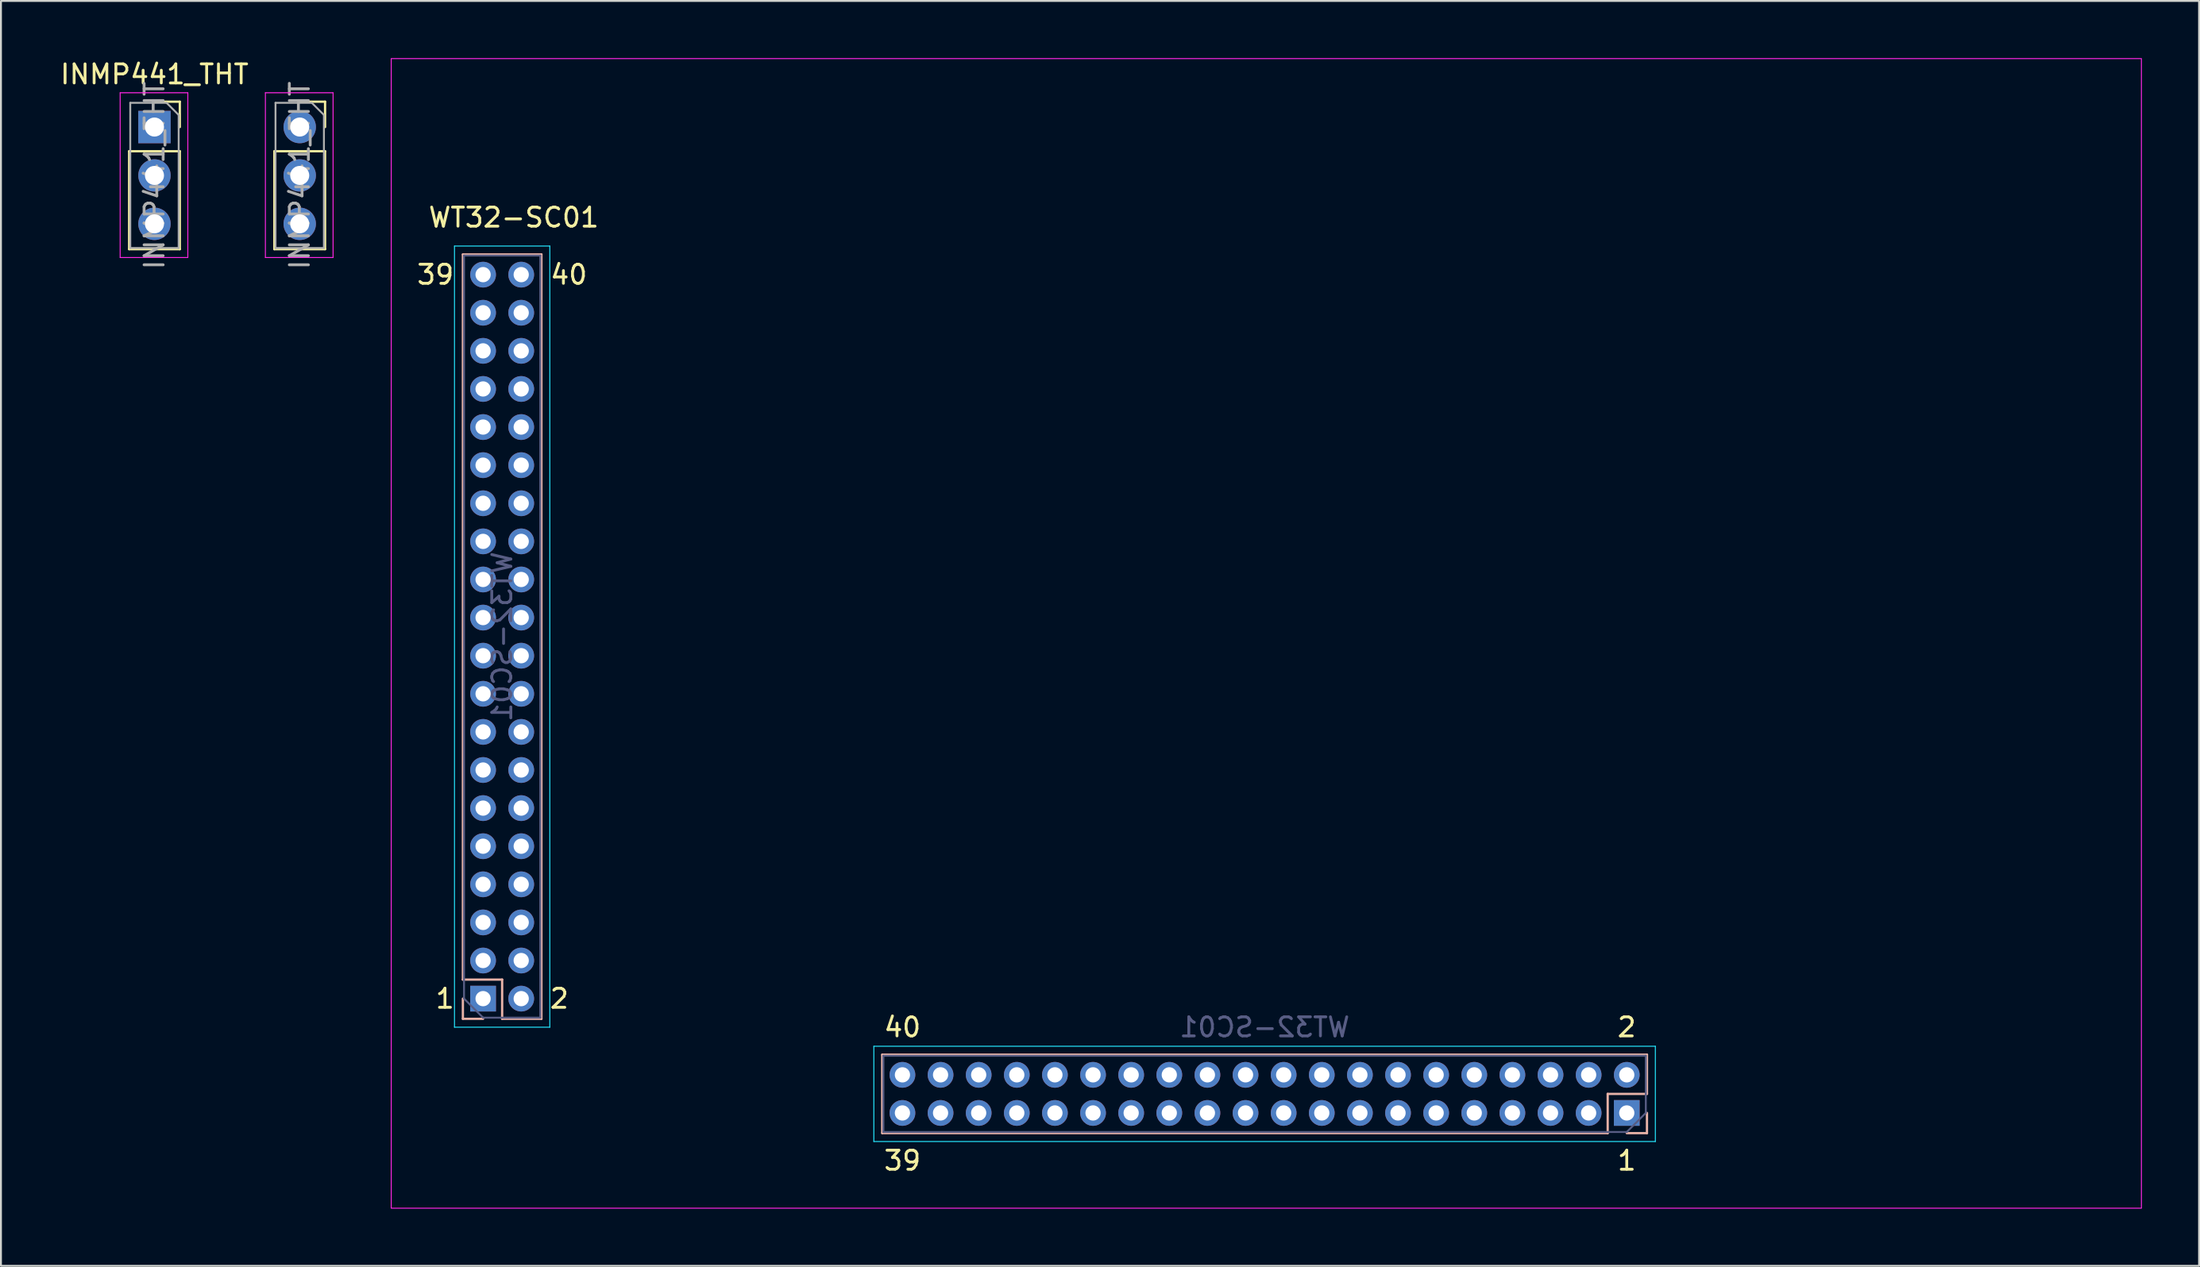
<source format=kicad_pcb>
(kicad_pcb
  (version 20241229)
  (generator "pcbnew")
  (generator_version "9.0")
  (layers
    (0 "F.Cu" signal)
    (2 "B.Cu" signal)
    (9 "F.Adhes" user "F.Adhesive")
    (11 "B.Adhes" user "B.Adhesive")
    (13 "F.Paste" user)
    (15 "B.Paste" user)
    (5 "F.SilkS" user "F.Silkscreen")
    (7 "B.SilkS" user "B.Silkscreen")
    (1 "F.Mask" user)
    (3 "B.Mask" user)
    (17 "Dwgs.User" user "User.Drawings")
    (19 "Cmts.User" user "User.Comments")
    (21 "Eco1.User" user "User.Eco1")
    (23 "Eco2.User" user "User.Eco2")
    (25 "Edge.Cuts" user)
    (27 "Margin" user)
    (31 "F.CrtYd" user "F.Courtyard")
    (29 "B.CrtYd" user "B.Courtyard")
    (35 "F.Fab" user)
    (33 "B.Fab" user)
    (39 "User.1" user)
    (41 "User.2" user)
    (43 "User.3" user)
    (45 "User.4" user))
  (footprint "INMP441_THT"
    (layer "F.Cu")
    (at 5.054 3.618)
    (property "Reference" "INMP441_THT" (at 0 -2.77 0) (layer "F.SilkS") (effects (font (size 1 1) (thickness 0.15))))
    (attr through_hole)
    (fp_line (start -1.33 1.27) (end -1.33 6.41) (stroke (width 0.12) (type solid)) (layer "F.SilkS"))
    (fp_line (start -1.33 1.27) (end 1.33 1.27) (stroke (width 0.12) (type solid)) (layer "F.SilkS"))
    (fp_line (start -1.33 6.41) (end 1.33 6.41) (stroke (width 0.12) (type solid)) (layer "F.SilkS"))
    (fp_line (start 0 -1.33) (end 1.33 -1.33) (stroke (width 0.12) (type solid)) (layer "F.SilkS"))
    (fp_line (start 1.33 -1.33) (end 1.33 0) (stroke (width 0.12) (type solid)) (layer "F.SilkS"))
    (fp_line (start 1.33 1.27) (end 1.33 6.41) (stroke (width 0.12) (type solid)) (layer "F.SilkS"))
    (fp_line (start 6.29 1.27) (end 6.29 6.41) (stroke (width 0.12) (type solid)) (layer "F.SilkS"))
    (fp_line (start 6.29 1.27) (end 8.95 1.27) (stroke (width 0.12) (type solid)) (layer "F.SilkS"))
    (fp_line (start 6.29 6.41) (end 8.95 6.41) (stroke (width 0.12) (type solid)) (layer "F.SilkS"))
    (fp_line (start 7.62 -1.33) (end 8.95 -1.33) (stroke (width 0.12) (type solid)) (layer "F.SilkS"))
    (fp_line (start 8.95 -1.33) (end 8.95 0) (stroke (width 0.12) (type solid)) (layer "F.SilkS"))
    (fp_line (start 8.95 1.27) (end 8.95 6.41) (stroke (width 0.12) (type solid)) (layer "F.SilkS"))
    (fp_line (start -1.8 -1.8) (end 1.75 -1.8) (stroke (width 0.05) (type solid)) (layer "F.CrtYd"))
    (fp_line (start -1.8 6.85) (end -1.8 -1.8) (stroke (width 0.05) (type solid)) (layer "F.CrtYd"))
    (fp_line (start 1.75 -1.8) (end 1.75 6.85) (stroke (width 0.05) (type solid)) (layer "F.CrtYd"))
    (fp_line (start 1.75 6.85) (end -1.8 6.85) (stroke (width 0.05) (type solid)) (layer "F.CrtYd"))
    (fp_line (start 5.82 -1.8) (end 9.37 -1.8) (stroke (width 0.05) (type solid)) (layer "F.CrtYd"))
    (fp_line (start 5.82 6.85) (end 5.82 -1.8) (stroke (width 0.05) (type solid)) (layer "F.CrtYd"))
    (fp_line (start 9.37 -1.8) (end 9.37 6.85) (stroke (width 0.05) (type solid)) (layer "F.CrtYd"))
    (fp_line (start 9.37 6.85) (end 5.82 6.85) (stroke (width 0.05) (type solid)) (layer "F.CrtYd"))
    (fp_line (start -1.27 -1.27) (end 0.635 -1.27) (stroke (width 0.1) (type solid)) (layer "F.Fab"))
    (fp_line (start -1.27 6.35) (end -1.27 -1.27) (stroke (width 0.1) (type solid)) (layer "F.Fab"))
    (fp_line (start 0.635 -1.27) (end 1.27 -0.635) (stroke (width 0.1) (type solid)) (layer "F.Fab"))
    (fp_line (start 1.27 -0.635) (end 1.27 6.35) (stroke (width 0.1) (type solid)) (layer "F.Fab"))
    (fp_line (start 1.27 6.35) (end -1.27 6.35) (stroke (width 0.1) (type solid)) (layer "F.Fab"))
    (fp_line (start 6.35 -1.27) (end 8.255 -1.27) (stroke (width 0.1) (type solid)) (layer "F.Fab"))
    (fp_line (start 6.35 6.35) (end 6.35 -1.27) (stroke (width 0.1) (type solid)) (layer "F.Fab"))
    (fp_line (start 8.255 -1.27) (end 8.89 -0.635) (stroke (width 0.1) (type solid)) (layer "F.Fab"))
    (fp_line (start 8.89 -0.635) (end 8.89 6.35) (stroke (width 0.1) (type solid)) (layer "F.Fab"))
    (fp_line (start 8.89 6.35) (end 6.35 6.35) (stroke (width 0.1) (type solid)) (layer "F.Fab"))
    (fp_text user "${REFERENCE}" (at 0 2.54 90) (layer "F.Fab") (effects (font (size 1 1) (thickness 0.15))))
    (fp_text user "${REFERENCE}" (at 7.62 2.54 90) (layer "F.Fab") (effects (font (size 1 1) (thickness 0.15))))
    (pad "1" thru_hole rect (at 0 0) (size 1.7 1.7) (drill 1) (layers "*.Cu" "*.Mask"))
    (pad "2" thru_hole oval (at 0 2.54) (size 1.7 1.7) (drill 1) (layers "*.Cu" "*.Mask"))
    (pad "3" thru_hole oval (at 0 5.08) (size 1.7 1.7) (drill 1) (layers "*.Cu" "*.Mask"))
    (pad "4" thru_hole circle (at 7.62 0) (size 1.7 1.7) (drill 1) (layers "*.Cu" "*.Mask"))
    (pad "5" thru_hole oval (at 7.62 2.54) (size 1.7 1.7) (drill 1) (layers "*.Cu" "*.Mask"))
    (pad "6" thru_hole oval (at 7.62 5.08) (size 1.7 1.7) (drill 1) (layers "*.Cu" "*.Mask")))
  (footprint "WT32-SC01"
    (layer "F.Cu")
    (at 22.294 11.365)
    (property "Reference" "WT32-SC01" (at 1.61 -3 0) (unlocked yes) (layer "F.SilkS") (effects (font (size 1 1) (thickness 0.15))))
    (attr through_hole)
    (fp_line (start -1.06 -1.06) (end 3.06 -1.06) (stroke (width 0.12) (type solid)) (layer "B.SilkS"))
    (fp_line (start -1.06 37) (end -1.06 -1.06) (stroke (width 0.12) (type solid)) (layer "B.SilkS"))
    (fp_line (start -1.06 37) (end 1 37) (stroke (width 0.12) (type solid)) (layer "B.SilkS"))
    (fp_line (start -1.06 38) (end -1.06 39.06) (stroke (width 0.12) (type solid)) (layer "B.SilkS"))
    (fp_line (start -1.06 39.06) (end 0 39.06) (stroke (width 0.12) (type solid)) (layer "B.SilkS"))
    (fp_line (start 1 37) (end 1 39.06) (stroke (width 0.12) (type solid)) (layer "B.SilkS"))
    (fp_line (start 1 39.06) (end 3.06 39.06) (stroke (width 0.12) (type solid)) (layer "B.SilkS"))
    (fp_line (start 3.06 39.06) (end 3.06 -1.06) (stroke (width 0.12) (type solid)) (layer "B.SilkS"))
    (fp_line (start 20.94 45.06) (end 20.94 40.94) (stroke (width 0.12) (type solid)) (layer "B.SilkS"))
    (fp_line (start 59 43) (end 61.06 43) (stroke (width 0.12) (type solid)) (layer "B.SilkS"))
    (fp_line (start 59 45.06) (end 20.94 45.06) (stroke (width 0.12) (type solid)) (layer "B.SilkS"))
    (fp_line (start 59 45.06) (end 59 43) (stroke (width 0.12) (type solid)) (layer "B.SilkS"))
    (fp_line (start 60 45.06) (end 61.06 45.06) (stroke (width 0.12) (type solid)) (layer "B.SilkS"))
    (fp_line (start 61.06 40.94) (end 20.94 40.94) (stroke (width 0.12) (type solid)) (layer "B.SilkS"))
    (fp_line (start 61.06 43) (end 61.06 40.94) (stroke (width 0.12) (type solid)) (layer "B.SilkS"))
    (fp_line (start 61.06 45.06) (end 61.06 44) (stroke (width 0.12) (type solid)) (layer "B.SilkS"))
    (fp_line (start -1.5 -1.5) (end 3.5 -1.5) (stroke (width 0.05) (type solid)) (layer "B.CrtYd"))
    (fp_line (start -1.5 39.5) (end -1.5 -1.5) (stroke (width 0.05) (type solid)) (layer "B.CrtYd"))
    (fp_line (start 3.5 -1.5) (end 3.5 39.5) (stroke (width 0.05) (type solid)) (layer "B.CrtYd"))
    (fp_line (start 3.5 39.5) (end -1.5 39.5) (stroke (width 0.05) (type solid)) (layer "B.CrtYd"))
    (fp_line (start 20.5 40.5) (end 61.5 40.5) (stroke (width 0.05) (type solid)) (layer "B.CrtYd"))
    (fp_line (start 20.5 45.5) (end 20.5 40.5) (stroke (width 0.05) (type solid)) (layer "B.CrtYd"))
    (fp_line (start 61.5 40.5) (end 61.5 45.5) (stroke (width 0.05) (type solid)) (layer "B.CrtYd"))
    (fp_line (start 61.5 45.5) (end 20.5 45.5) (stroke (width 0.05) (type solid)) (layer "B.CrtYd"))
    (fp_rect (start -4.82 -11.34) (end 87 49) (stroke (width 0.05) (type solid)) (fill no) (layer "F.CrtYd"))
    (fp_line (start -1 -1) (end -1 38) (stroke (width 0.1) (type solid)) (layer "B.Fab"))
    (fp_line (start -1 38) (end 0 39) (stroke (width 0.1) (type solid)) (layer "B.Fab"))
    (fp_line (start 0 39) (end 3 39) (stroke (width 0.1) (type solid)) (layer "B.Fab"))
    (fp_line (start 3 -1) (end -1 -1) (stroke (width 0.1) (type solid)) (layer "B.Fab"))
    (fp_line (start 3 39) (end 3 -1) (stroke (width 0.1) (type solid)) (layer "B.Fab"))
    (fp_line (start 21 41) (end 21 45) (stroke (width 0.1) (type solid)) (layer "B.Fab"))
    (fp_line (start 21 45) (end 60 45) (stroke (width 0.1) (type solid)) (layer "B.Fab"))
    (fp_line (start 60 45) (end 61 44) (stroke (width 0.1) (type solid)) (layer "B.Fab"))
    (fp_line (start 61 41) (end 21 41) (stroke (width 0.1) (type solid)) (layer "B.Fab"))
    (fp_line (start 61 44) (end 61 41) (stroke (width 0.1) (type solid)) (layer "B.Fab"))
    (fp_text user "40" (at 4.5 0 0) (unlocked yes) (layer "F.SilkS") (effects (font (size 1 1) (thickness 0.15))))
    (fp_text user "1" (at 60 46.5 0) (unlocked yes) (layer "F.SilkS") (effects (font (size 1 1) (thickness 0.15))))
    (fp_text user "39" (at 22 46.5 0) (unlocked yes) (layer "F.SilkS") (effects (font (size 1 1) (thickness 0.15))))
    (fp_text user "39" (at -2.5 0 0) (unlocked yes) (layer "F.SilkS") (effects (font (size 1 1) (thickness 0.15))))
    (fp_text user "40" (at 22 39.5 0) (unlocked yes) (layer "F.SilkS") (effects (font (size 1 1) (thickness 0.15))))
    (fp_text user "1" (at -2 38 0) (unlocked yes) (layer "F.SilkS") (effects (font (size 1 1) (thickness 0.15))))
    (fp_text user "2" (at 4 38 0) (unlocked yes) (layer "F.SilkS") (effects (font (size 1 1) (thickness 0.15))))
    (fp_text user "2" (at 60 39.5 0) (unlocked yes) (layer "F.SilkS") (effects (font (size 1 1) (thickness 0.15))))
    (fp_text user "${REFERENCE}" (at 41 39.5 180) (layer "B.Fab") (effects (font (size 1 1) (thickness 0.15)) (justify mirror)))
    (fp_text user "${REFERENCE}" (at 1 19 90) (layer "B.Fab") (effects (font (size 1 1) (thickness 0.15)) (justify mirror)))
    (pad "1" thru_hole rect (at 0 38 180) (size 1.35 1.35) (drill 0.8) (layers "*.Cu" "*.Mask"))
    (pad "1" thru_hole rect (at 60 44 270) (size 1.35 1.35) (drill 0.8) (layers "*.Cu" "*.Mask"))
    (pad "2" thru_hole oval (at 2 38 180) (size 1.35 1.35) (drill 0.8) (layers "*.Cu" "*.Mask"))
    (pad "2" thru_hole oval (at 60 42 270) (size 1.35 1.35) (drill 0.8) (layers "*.Cu" "*.Mask"))
    (pad "3" thru_hole oval (at 0 36 180) (size 1.35 1.35) (drill 0.8) (layers "*.Cu" "*.Mask"))
    (pad "3" thru_hole oval (at 58 44 270) (size 1.35 1.35) (drill 0.8) (layers "*.Cu" "*.Mask"))
    (pad "4" thru_hole oval (at 2 36 180) (size 1.35 1.35) (drill 0.8) (layers "*.Cu" "*.Mask"))
    (pad "4" thru_hole oval (at 58 42 270) (size 1.35 1.35) (drill 0.8) (layers "*.Cu" "*.Mask"))
    (pad "5" thru_hole oval (at 0 34 180) (size 1.35 1.35) (drill 0.8) (layers "*.Cu" "*.Mask"))
    (pad "5" thru_hole oval (at 56 44 270) (size 1.35 1.35) (drill 0.8) (layers "*.Cu" "*.Mask"))
    (pad "6" thru_hole oval (at 2 34 180) (size 1.35 1.35) (drill 0.8) (layers "*.Cu" "*.Mask"))
    (pad "6" thru_hole oval (at 56 42 270) (size 1.35 1.35) (drill 0.8) (layers "*.Cu" "*.Mask"))
    (pad "7" thru_hole oval (at 0 32 180) (size 1.35 1.35) (drill 0.8) (layers "*.Cu" "*.Mask"))
    (pad "7" thru_hole oval (at 54 44 270) (size 1.35 1.35) (drill 0.8) (layers "*.Cu" "*.Mask"))
    (pad "8" thru_hole oval (at 2 32 180) (size 1.35 1.35) (drill 0.8) (layers "*.Cu" "*.Mask"))
    (pad "8" thru_hole oval (at 54 42 270) (size 1.35 1.35) (drill 0.8) (layers "*.Cu" "*.Mask"))
    (pad "9" thru_hole oval (at 0 30 180) (size 1.35 1.35) (drill 0.8) (layers "*.Cu" "*.Mask"))
    (pad "9" thru_hole oval (at 52 44 270) (size 1.35 1.35) (drill 0.8) (layers "*.Cu" "*.Mask"))
    (pad "10" thru_hole oval (at 2 30 180) (size 1.35 1.35) (drill 0.8) (layers "*.Cu" "*.Mask"))
    (pad "10" thru_hole oval (at 52 42 270) (size 1.35 1.35) (drill 0.8) (layers "*.Cu" "*.Mask"))
    (pad "11" thru_hole oval (at 0 28 180) (size 1.35 1.35) (drill 0.8) (layers "*.Cu" "*.Mask"))
    (pad "11" thru_hole oval (at 50 44 270) (size 1.35 1.35) (drill 0.8) (layers "*.Cu" "*.Mask"))
    (pad "12" thru_hole oval (at 2 28 180) (size 1.35 1.35) (drill 0.8) (layers "*.Cu" "*.Mask"))
    (pad "12" thru_hole oval (at 50 42 270) (size 1.35 1.35) (drill 0.8) (layers "*.Cu" "*.Mask"))
    (pad "13" thru_hole oval (at 0 26 180) (size 1.35 1.35) (drill 0.8) (layers "*.Cu" "*.Mask"))
    (pad "13" thru_hole oval (at 48 44 270) (size 1.35 1.35) (drill 0.8) (layers "*.Cu" "*.Mask"))
    (pad "14" thru_hole oval (at 2 26 180) (size 1.35 1.35) (drill 0.8) (layers "*.Cu" "*.Mask"))
    (pad "14" thru_hole oval (at 48 42 270) (size 1.35 1.35) (drill 0.8) (layers "*.Cu" "*.Mask"))
    (pad "15" thru_hole oval (at 0 24 180) (size 1.35 1.35) (drill 0.8) (layers "*.Cu" "*.Mask"))
    (pad "15" thru_hole oval (at 46 44 270) (size 1.35 1.35) (drill 0.8) (layers "*.Cu" "*.Mask"))
    (pad "16" thru_hole oval (at 2 24 180) (size 1.35 1.35) (drill 0.8) (layers "*.Cu" "*.Mask"))
    (pad "16" thru_hole oval (at 46 42 270) (size 1.35 1.35) (drill 0.8) (layers "*.Cu" "*.Mask"))
    (pad "17" thru_hole oval (at 0 22 180) (size 1.35 1.35) (drill 0.8) (layers "*.Cu" "*.Mask"))
    (pad "17" thru_hole oval (at 44 44 270) (size 1.35 1.35) (drill 0.8) (layers "*.Cu" "*.Mask"))
    (pad "18" thru_hole oval (at 2 22 180) (size 1.35 1.35) (drill 0.8) (layers "*.Cu" "*.Mask"))
    (pad "18" thru_hole oval (at 44 42 270) (size 1.35 1.35) (drill 0.8) (layers "*.Cu" "*.Mask"))
    (pad "19" thru_hole oval (at 0 20 180) (size 1.35 1.35) (drill 0.8) (layers "*.Cu" "*.Mask"))
    (pad "19" thru_hole oval (at 42 44 270) (size 1.35 1.35) (drill 0.8) (layers "*.Cu" "*.Mask"))
    (pad "20" thru_hole oval (at 2 20 180) (size 1.35 1.35) (drill 0.8) (layers "*.Cu" "*.Mask"))
    (pad "20" thru_hole oval (at 42 42 270) (size 1.35 1.35) (drill 0.8) (layers "*.Cu" "*.Mask"))
    (pad "21" thru_hole oval (at 0 18 180) (size 1.35 1.35) (drill 0.8) (layers "*.Cu" "*.Mask"))
    (pad "21" thru_hole oval (at 40 44 270) (size 1.35 1.35) (drill 0.8) (layers "*.Cu" "*.Mask"))
    (pad "22" thru_hole oval (at 2 18 180) (size 1.35 1.35) (drill 0.8) (layers "*.Cu" "*.Mask"))
    (pad "22" thru_hole oval (at 40 42 270) (size 1.35 1.35) (drill 0.8) (layers "*.Cu" "*.Mask"))
    (pad "23" thru_hole oval (at 0 16 180) (size 1.35 1.35) (drill 0.8) (layers "*.Cu" "*.Mask"))
    (pad "23" thru_hole oval (at 38 44 270) (size 1.35 1.35) (drill 0.8) (layers "*.Cu" "*.Mask"))
    (pad "24" thru_hole oval (at 2 16 180) (size 1.35 1.35) (drill 0.8) (layers "*.Cu" "*.Mask"))
    (pad "24" thru_hole oval (at 38 42 270) (size 1.35 1.35) (drill 0.8) (layers "*.Cu" "*.Mask"))
    (pad "25" thru_hole oval (at 0 14 180) (size 1.35 1.35) (drill 0.8) (layers "*.Cu" "*.Mask"))
    (pad "25" thru_hole oval (at 36 44 270) (size 1.35 1.35) (drill 0.8) (layers "*.Cu" "*.Mask"))
    (pad "26" thru_hole oval (at 2 14 180) (size 1.35 1.35) (drill 0.8) (layers "*.Cu" "*.Mask"))
    (pad "26" thru_hole oval (at 36 42 270) (size 1.35 1.35) (drill 0.8) (layers "*.Cu" "*.Mask"))
    (pad "27" thru_hole oval (at 0 12 180) (size 1.35 1.35) (drill 0.8) (layers "*.Cu" "*.Mask"))
    (pad "27" thru_hole oval (at 34 44 270) (size 1.35 1.35) (drill 0.8) (layers "*.Cu" "*.Mask"))
    (pad "28" thru_hole oval (at 2 12 180) (size 1.35 1.35) (drill 0.8) (layers "*.Cu" "*.Mask"))
    (pad "28" thru_hole oval (at 34 42 270) (size 1.35 1.35) (drill 0.8) (layers "*.Cu" "*.Mask"))
    (pad "29" thru_hole oval (at 0 10 180) (size 1.35 1.35) (drill 0.8) (layers "*.Cu" "*.Mask"))
    (pad "29" thru_hole oval (at 32 44 270) (size 1.35 1.35) (drill 0.8) (layers "*.Cu" "*.Mask"))
    (pad "30" thru_hole oval (at 2 10 180) (size 1.35 1.35) (drill 0.8) (layers "*.Cu" "*.Mask"))
    (pad "30" thru_hole oval (at 32 42 270) (size 1.35 1.35) (drill 0.8) (layers "*.Cu" "*.Mask"))
    (pad "31" thru_hole oval (at 0 8 180) (size 1.35 1.35) (drill 0.8) (layers "*.Cu" "*.Mask"))
    (pad "31" thru_hole oval (at 30 44 270) (size 1.35 1.35) (drill 0.8) (layers "*.Cu" "*.Mask"))
    (pad "32" thru_hole oval (at 2 8 180) (size 1.35 1.35) (drill 0.8) (layers "*.Cu" "*.Mask"))
    (pad "32" thru_hole oval (at 30 42 270) (size 1.35 1.35) (drill 0.8) (layers "*.Cu" "*.Mask"))
    (pad "33" thru_hole oval (at 0 6 180) (size 1.35 1.35) (drill 0.8) (layers "*.Cu" "*.Mask"))
    (pad "33" thru_hole oval (at 28 44 270) (size 1.35 1.35) (drill 0.8) (layers "*.Cu" "*.Mask"))
    (pad "34" thru_hole oval (at 2 6 180) (size 1.35 1.35) (drill 0.8) (layers "*.Cu" "*.Mask"))
    (pad "34" thru_hole oval (at 28 42 270) (size 1.35 1.35) (drill 0.8) (layers "*.Cu" "*.Mask"))
    (pad "35" thru_hole oval (at 0 4 180) (size 1.35 1.35) (drill 0.8) (layers "*.Cu" "*.Mask"))
    (pad "35" thru_hole oval (at 26 44 270) (size 1.35 1.35) (drill 0.8) (layers "*.Cu" "*.Mask"))
    (pad "36" thru_hole oval (at 2 4 180) (size 1.35 1.35) (drill 0.8) (layers "*.Cu" "*.Mask"))
    (pad "36" thru_hole oval (at 26 42 270) (size 1.35 1.35) (drill 0.8) (layers "*.Cu" "*.Mask"))
    (pad "37" thru_hole oval (at 0 2 180) (size 1.35 1.35) (drill 0.8) (layers "*.Cu" "*.Mask"))
    (pad "37" thru_hole oval (at 24 44 270) (size 1.35 1.35) (drill 0.8) (layers "*.Cu" "*.Mask"))
    (pad "38" thru_hole oval (at 2 2 180) (size 1.35 1.35) (drill 0.8) (layers "*.Cu" "*.Mask"))
    (pad "38" thru_hole oval (at 24 42 270) (size 1.35 1.35) (drill 0.8) (layers "*.Cu" "*.Mask"))
    (pad "39" thru_hole oval (at 0 0 180) (size 1.35 1.35) (drill 0.8) (layers "*.Cu" "*.Mask"))
    (pad "39" thru_hole oval (at 22 44 270) (size 1.35 1.35) (drill 0.8) (layers "*.Cu" "*.Mask"))
    (pad "40" thru_hole oval (at 2 0 180) (size 1.35 1.35) (drill 0.8) (layers "*.Cu" "*.Mask"))
    (pad "40" thru_hole oval (at 22 42 270) (size 1.35 1.35) (drill 0.8) (layers "*.Cu" "*.Mask")))
  (gr_rect
    (start -3 -3)
    (end 112.319 63.39)
    (stroke (width 0.1) (type default))
    (fill no)
    (layer "Edge.Cuts")))
</source>
